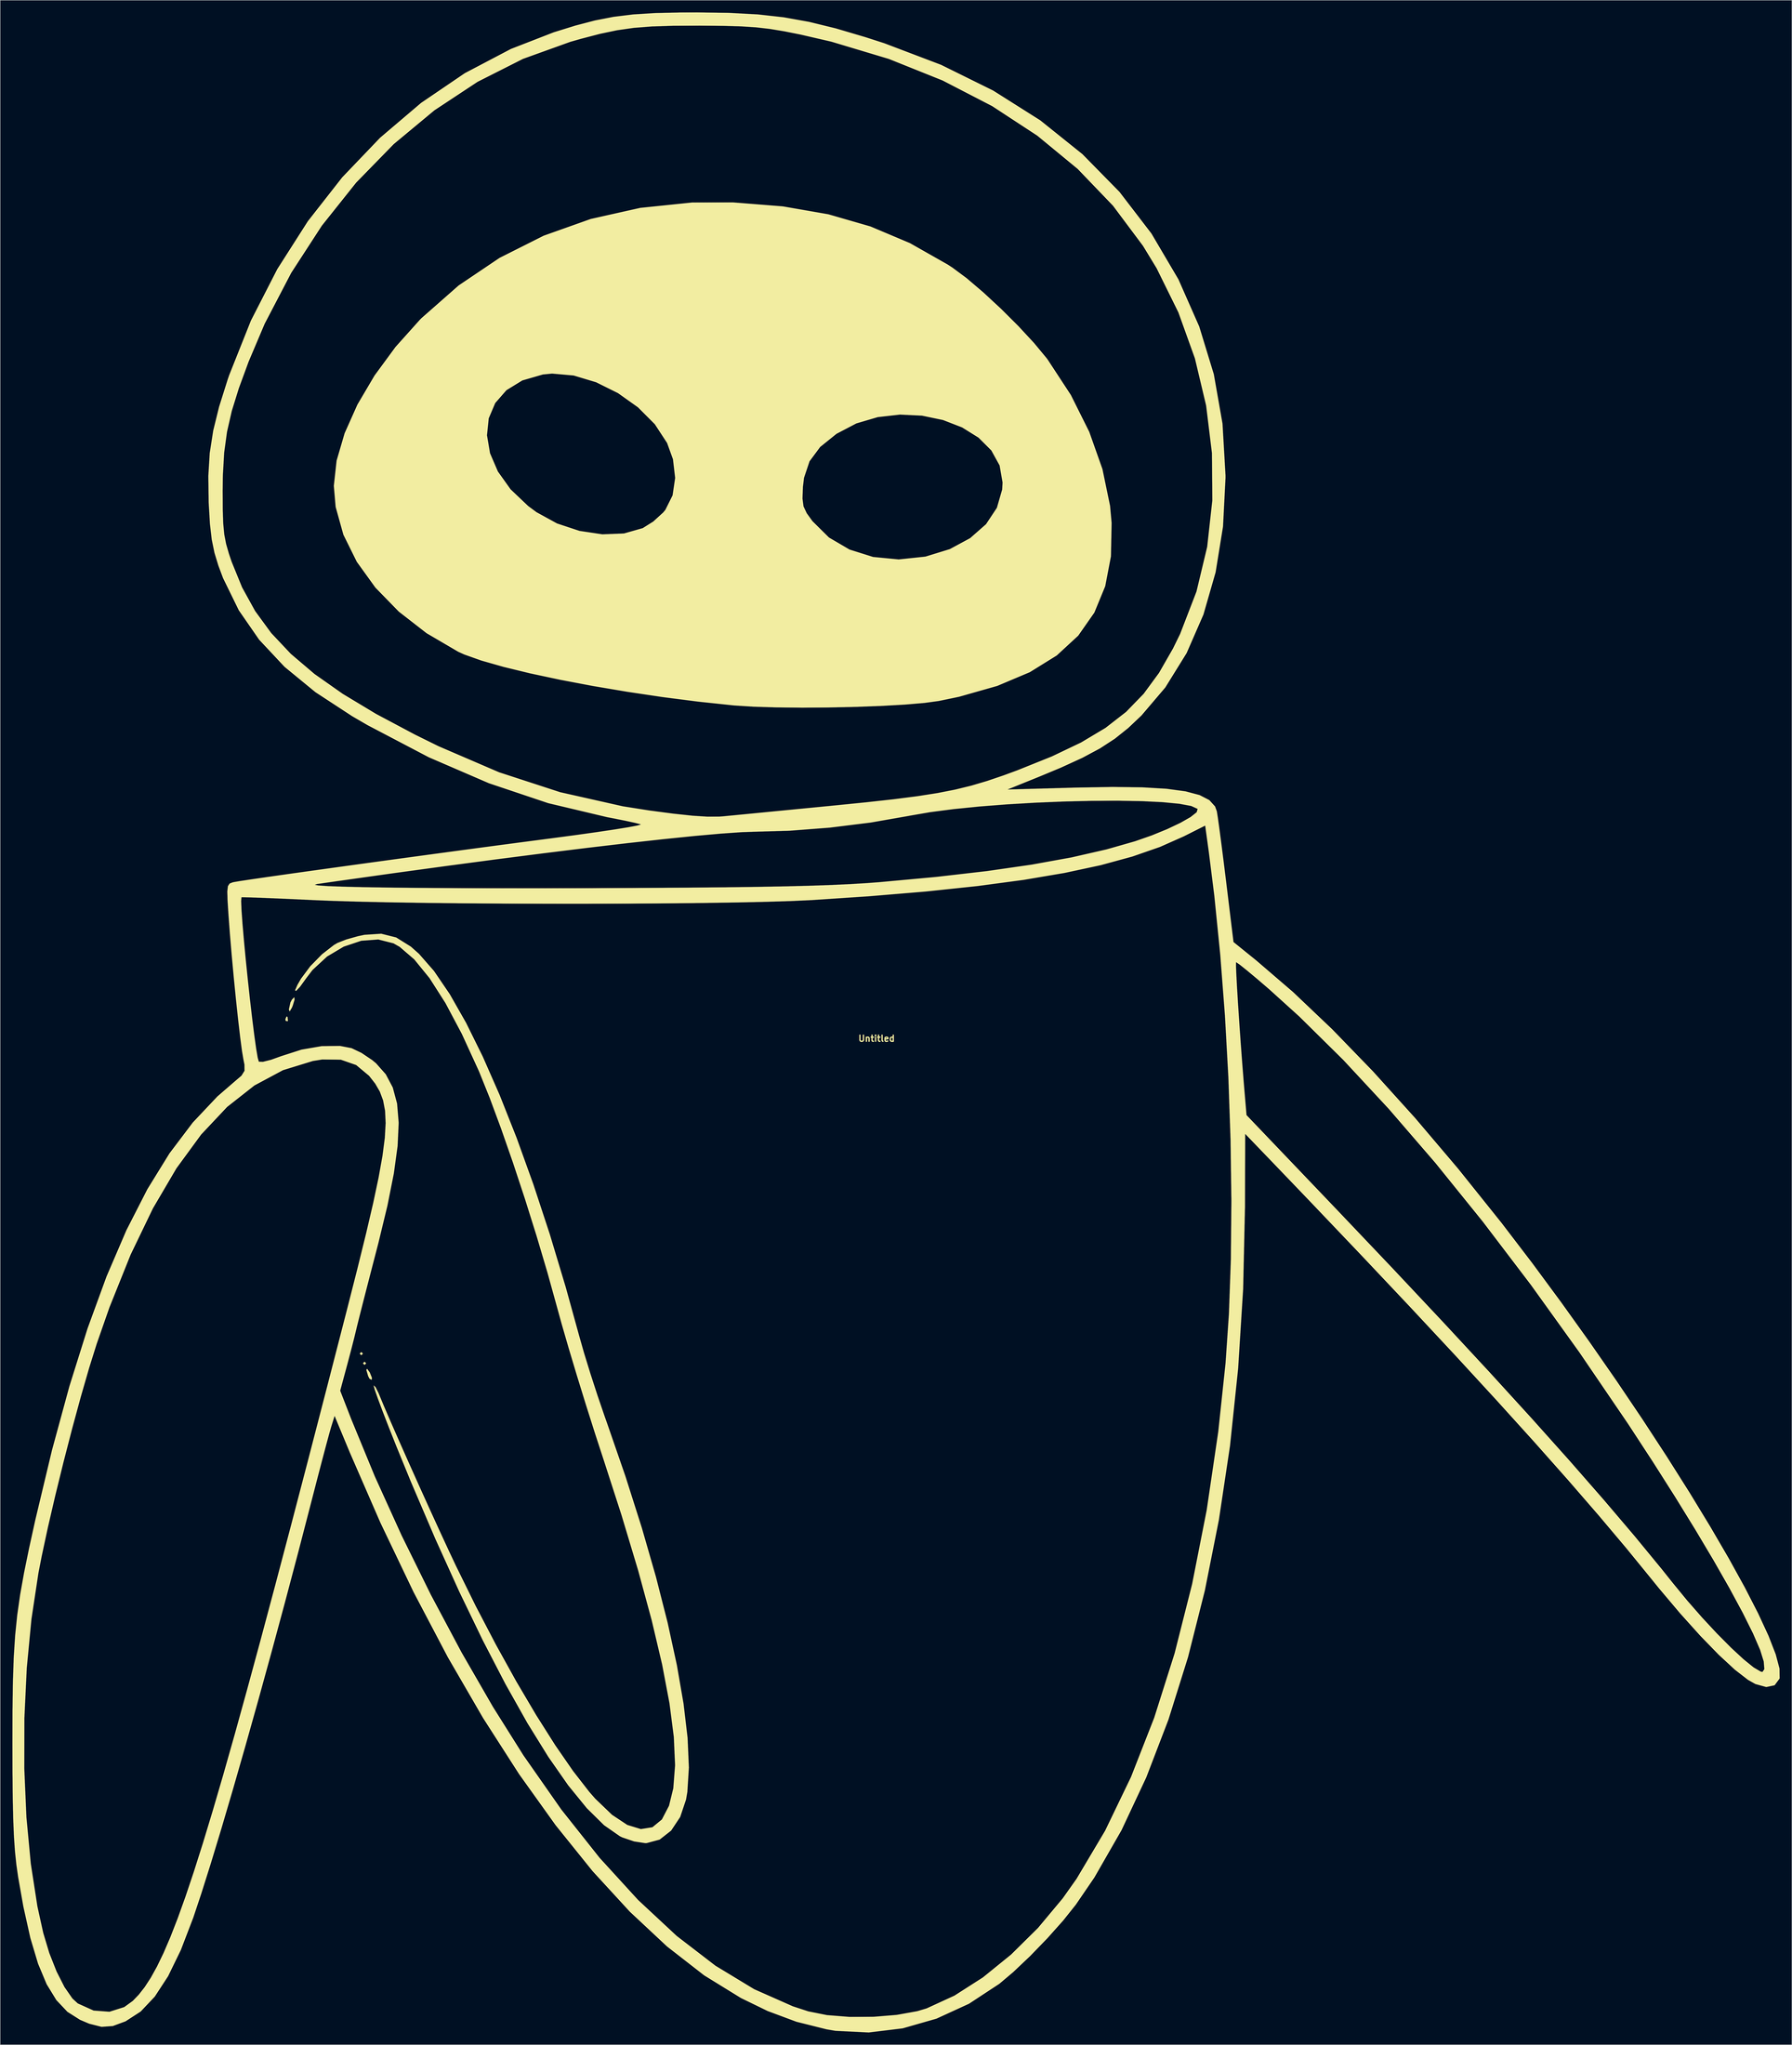
<source format=kicad_pcb>
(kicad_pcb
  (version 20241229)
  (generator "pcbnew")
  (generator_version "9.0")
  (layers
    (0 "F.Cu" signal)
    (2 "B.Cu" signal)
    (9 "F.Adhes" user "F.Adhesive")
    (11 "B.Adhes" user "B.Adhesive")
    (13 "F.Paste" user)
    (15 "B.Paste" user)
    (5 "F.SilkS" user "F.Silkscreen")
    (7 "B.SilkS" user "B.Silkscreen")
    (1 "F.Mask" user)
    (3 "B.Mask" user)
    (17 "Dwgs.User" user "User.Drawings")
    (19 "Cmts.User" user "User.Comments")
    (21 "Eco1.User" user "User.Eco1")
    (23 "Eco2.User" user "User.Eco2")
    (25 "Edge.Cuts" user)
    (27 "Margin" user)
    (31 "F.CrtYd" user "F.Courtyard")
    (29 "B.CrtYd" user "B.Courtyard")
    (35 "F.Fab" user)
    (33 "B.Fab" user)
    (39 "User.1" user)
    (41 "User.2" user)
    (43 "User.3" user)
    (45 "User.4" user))
  (footprint "Untitled"
    (layer "F.Cu")
    (at 212.324 252.002)
    (property "Reference" "Untitled" (at 0 0 0) (layer "F.SilkS") (effects (font (size 1.524 1.524) (thickness 0.3))))
    (attr through_hole)
    (fp_poly (pts (xy -126.206 77.391) (xy -126.603 77.787) (xy -127 77.391) (xy -126.603 76.994) (xy -126.206 77.391)) (stroke (width 0.01) (type solid)) (fill yes) (layer "F.SilkS"))
    (fp_poly (pts (xy -125.412 79.772) (xy -125.809 80.169) (xy -126.206 79.772) (xy -125.809 79.375) (xy -125.412 79.772)) (stroke (width 0.01) (type solid)) (fill yes) (layer "F.SilkS"))
    (fp_poly (pts (xy -144.727 -5.292) (xy -144.632 -4.35) (xy -144.727 -4.233) (xy -145.199 -4.342) (xy -145.256 -4.763) (xy -144.966 -5.416) (xy -144.727 -5.292)) (stroke (width 0.01) (type solid)) (fill yes) (layer "F.SilkS"))
    (fp_poly (pts (xy -124.522 82.014) (xy -123.996 83.329) (xy -124.051 83.834) (xy -124.592 83.551) (xy -124.918 82.916) (xy -125.367 81.409) (xy -125.183 81.108) (xy -124.522 82.014)) (stroke (width 0.01) (type solid)) (fill yes) (layer "F.SilkS"))
    (fp_poly (pts (xy -142.998 -9.571) (xy -143.443 -8.093) (xy -143.669 -7.541) (xy -144.21 -6.646) (xy -144.395 -7.144) (xy -144.02 -8.838) (xy -143.669 -9.525) (xy -143.074 -10.148) (xy -142.998 -9.571)) (stroke (width 0.01) (type solid)) (fill yes) (layer "F.SilkS"))
    (fp_poly (pts (xy -118.036 -24.811) (xy -114.439 -22.569) (xy -112.437 -20.797) (xy -108.75 -16.585) (xy -104.881 -10.906) (xy -100.872 -3.866) (xy -96.77 4.431) (xy -92.616 13.878) (xy -88.457 24.371) (xy -84.335 35.805) (xy -80.294 48.076) (xy -76.379 61.077) (xy -73.077 73.025) (xy -71.896 77.179) (xy -70.333 82.253) (xy -68.568 87.684) (xy -66.782 92.906) (xy -66.274 94.332) (xy -61.709 107.52) (xy -57.685 120.174) (xy -54.223 132.192) (xy -51.346 143.466) (xy -49.075 153.894) (xy -47.433 163.368) (xy -46.441 171.785) (xy -46.123 179.038) (xy -46.499 185.025) (xy -46.824 186.919) (xy -48.258 191.187) (xy -50.484 194.532) (xy -53.303 196.741) (xy -56.517 197.604) (xy -56.858 197.609) (xy -59.58 197.193) (xy -62.47 196.209) (xy -63.076 195.914) (xy -66.955 193.212) (xy -71.197 189.026) (xy -75.772 183.414) (xy -80.648 176.429) (xy -85.792 168.126) (xy -91.174 158.561) (xy -96.762 147.789) (xy -102.525 135.865) (xy -108.43 122.843) (xy -114.447 108.779) (xy -117.999 100.107) (xy -119.781 95.633) (xy -121.315 91.682) (xy -122.514 88.481) (xy -123.295 86.256) (xy -123.572 85.236) (xy -123.564 85.199) (xy -123.099 85.631) (xy -122.363 87.105) (xy -122.207 87.485) (xy -121.07 90.223) (xy -119.393 94.116) (xy -117.302 98.878) (xy -114.925 104.227) (xy -112.39 109.875) (xy -109.825 115.54) (xy -107.357 120.936) (xy -105.115 125.778) (xy -103.383 129.451) (xy -98.514 139.342) (xy -93.531 148.875) (xy -88.539 157.875) (xy -83.645 166.166) (xy -78.953 173.571) (xy -74.569 179.914) (xy -70.597 185.02) (xy -69.132 186.694) (xy -65.001 190.661) (xy -61.249 193.149) (xy -57.924 194.164) (xy -55.074 193.712) (xy -52.748 191.799) (xy -50.995 188.433) (xy -49.944 184.143) (xy -49.507 178.483) (xy -49.817 171.54) (xy -50.876 163.297) (xy -52.688 153.74) (xy -55.257 142.853) (xy -58.585 130.621) (xy -62.675 117.03) (xy -67.024 103.584) (xy -69.197 96.935) (xy -71.442 89.858) (xy -73.637 82.754) (xy -75.658 76.022) (xy -77.385 70.063) (xy -78.494 66.039) (xy -80.867 57.484) (xy -83.538 48.488) (xy -86.399 39.379) (xy -89.341 30.482) (xy -92.257 22.125) (xy -95.037 14.632) (xy -97.575 8.332) (xy -97.777 7.86) (xy -101.906 -1.141) (xy -105.932 -8.712) (xy -109.834 -14.819) (xy -113.59 -19.43) (xy -117.177 -22.513) (xy -118.696 -23.377) (xy -122.432 -24.321) (xy -126.616 -24.008) (xy -130.922 -22.568) (xy -135.023 -20.131) (xy -138.594 -16.827) (xy -140.08 -14.887) (xy -141.671 -12.694) (xy -142.638 -11.671) (xy -142.874 -11.834) (xy -142.275 -13.196) (xy -141.409 -14.697) (xy -139.136 -17.745) (xy -136.254 -20.685) (xy -133.334 -22.957) (xy -132.452 -23.469) (xy -130.306 -24.313) (xy -127.427 -25.123) (xy -125.839 -25.462) (xy -121.714 -25.733) (xy -118.036 -24.811)) (stroke (width 0.01) (type solid)) (fill yes) (layer "F.SilkS"))
    (fp_poly (pts (xy -23.042 -204.365) (xy -11.845 -202.416) (xy -1.509 -199.43) (xy 8.187 -195.34) (xy 17.463 -190.081) (xy 18.653 -189.306) (xy 22.118 -186.733) (xy 26.209 -183.253) (xy 30.573 -179.209) (xy 34.853 -174.942) (xy 38.697 -170.795) (xy 41.751 -167.11) (xy 42.036 -166.73) (xy 47.733 -158.034) (xy 52.248 -148.989) (xy 55.488 -139.836) (xy 57.359 -130.817) (xy 57.742 -126.603) (xy 57.572 -118.404) (xy 56.168 -111.08) (xy 53.501 -104.604) (xy 49.544 -98.946) (xy 44.268 -94.079) (xy 37.646 -89.972) (xy 29.649 -86.599) (xy 20.251 -83.929) (xy 15.287 -82.899) (xy 11.797 -82.421) (xy 7.039 -82.015) (xy 1.335 -81.69) (xy -4.997 -81.451) (xy -11.638 -81.305) (xy -18.267 -81.259) (xy -24.566 -81.32) (xy -30.215 -81.494) (xy -34.895 -81.789) (xy -35.322 -81.828) (xy -43.841 -82.733) (xy -52.551 -83.853) (xy -61.242 -85.149) (xy -69.705 -86.578) (xy -77.731 -88.1) (xy -85.112 -89.675) (xy -91.638 -91.262) (xy -97.1 -92.819) (xy -101.29 -94.307) (xy -102.791 -94.986) (xy -110.563 -99.538) (xy -117.38 -104.834) (xy -123.132 -110.73) (xy -127.709 -117.078) (xy -131.003 -123.734) (xy -132.904 -130.552) (xy -133.35 -135.731) (xy -132.668 -141.925) (xy -130.846 -148.146) (xy -95.727 -148.146) (xy -94.98 -143.734) (xy -93.048 -139.252) (xy -89.925 -134.871) (xy -85.602 -130.766) (xy -83.555 -129.253) (xy -78.518 -126.49) (xy -72.997 -124.66) (xy -67.384 -123.821) (xy -62.068 -124.032) (xy -57.455 -125.344) (xy -54.865 -126.966) (xy -52.44 -129.178) (xy -51.898 -129.828) (xy -50.505 -132.623) (xy -18.211 -132.623) (xy -17.961 -130.688) (xy -17.168 -129.004) (xy -15.758 -127.052) (xy -11.703 -123.038) (xy -6.651 -120.081) (xy -0.857 -118.259) (xy 5.424 -117.653) (xy 11.938 -118.341) (xy 12.066 -118.367) (xy 18.004 -120.196) (xy 22.992 -122.89) (xy 26.89 -126.314) (xy 29.557 -130.333) (xy 30.853 -134.811) (xy 30.956 -136.539) (xy 30.229 -140.735) (xy 28.188 -144.432) (xy 25.047 -147.566) (xy 21.019 -150.076) (xy 16.318 -151.899) (xy 11.155 -152.972) (xy 5.744 -153.232) (xy 0.298 -152.618) (xy -4.97 -151.067) (xy -9.847 -148.515) (xy -9.849 -148.514) (xy -13.869 -145.277) (xy -16.475 -141.763) (xy -17.839 -137.697) (xy -18.104 -135.474) (xy -18.211 -132.623) (xy -50.505 -132.623) (xy -50.118 -133.4) (xy -49.49 -137.678) (xy -50.026 -142.269) (xy -51.474 -146.264) (xy -54.493 -150.874) (xy -58.622 -155.014) (xy -63.537 -158.506) (xy -68.913 -161.171) (xy -74.424 -162.83) (xy -79.747 -163.304) (xy -81.991 -163.084) (xy -87.041 -161.623) (xy -90.948 -159.225) (xy -93.704 -156.064) (xy -95.299 -152.314) (xy -95.727 -148.146) (xy -130.846 -148.146) (xy -130.698 -148.65) (xy -127.553 -155.689) (xy -123.346 -162.827) (xy -118.189 -169.848) (xy -112.195 -176.535) (xy -111.822 -176.911) (xy -102.676 -184.951) (xy -92.635 -191.714) (xy -81.789 -197.166) (xy -70.233 -201.273) (xy -58.058 -204) (xy -45.356 -205.313) (xy -35.322 -205.341) (xy -23.042 -204.365)) (stroke (width 0.01) (type solid)) (fill yes) (layer "F.SilkS"))
    (fp_poly (pts (xy -36.095 -251.881) (xy -29.156 -251.504) (xy -22.794 -250.793) (xy -16.567 -249.674) (xy -10.033 -248.075) (xy -2.75 -245.923) (xy 1.868 -244.434) (xy 15.858 -239.12) (xy 28.645 -232.803) (xy 40.218 -225.491) (xy 50.564 -217.195) (xy 59.672 -207.925) (xy 67.528 -197.69) (xy 74.121 -186.499) (xy 74.187 -186.371) (xy 79.267 -174.858) (xy 82.85 -163.144) (xy 84.985 -151.017) (xy 85.724 -138.267) (xy 85.725 -137.716) (xy 85.112 -125.744) (xy 83.294 -114.517) (xy 80.303 -104.126) (xy 76.172 -94.661) (xy 70.933 -86.215) (xy 65.088 -79.347) (xy 61.84 -76.272) (xy 58.542 -73.635) (xy 54.887 -71.254) (xy 50.57 -68.945) (xy 45.286 -66.526) (xy 39.99 -64.321) (xy 32.147 -61.151) (xy 49.212 -61.627) (xy 57.993 -61.777) (xy 65.3 -61.684) (xy 71.232 -61.331) (xy 75.885 -60.702) (xy 79.359 -59.779) (xy 81.751 -58.546) (xy 83.158 -56.988) (xy 83.591 -55.791) (xy 83.826 -54.318) (xy 84.21 -51.561) (xy 84.706 -47.813) (xy 85.274 -43.365) (xy 85.86 -38.634) (xy 87.685 -23.69) (xy 93.254 -19.194) (xy 102.327 -11.404) (xy 111.932 -2.276) (xy 121.961 8.072) (xy 132.309 19.524) (xy 142.868 31.964) (xy 153.534 45.274) (xy 161.094 55.166) (xy 168.209 64.807) (xy 175.133 74.48) (xy 181.808 84.088) (xy 188.173 93.53) (xy 194.17 102.708) (xy 199.741 111.523) (xy 204.826 119.875) (xy 209.366 127.667) (xy 213.303 134.798) (xy 216.578 141.169) (xy 219.131 146.683) (xy 220.904 151.239) (xy 221.837 154.739) (xy 221.873 157.084) (xy 221.832 157.23) (xy 220.634 158.835) (xy 218.585 159.274) (xy 215.918 158.536) (xy 214.116 157.523) (xy 210.883 155.024) (xy 206.924 151.364) (xy 202.393 146.705) (xy 197.444 141.207) (xy 192.231 135.032) (xy 190.225 132.556) (xy 184.157 125.121) (xy 177.389 117.095) (xy 169.869 108.42) (xy 161.543 99.038) (xy 152.36 88.891) (xy 142.265 77.919) (xy 131.206 66.065) (xy 119.13 53.272) (xy 105.984 39.479) (xy 97.864 31.016) (xy 90.556 23.416) (xy 90.509 41.275) (xy 90.057 61.469) (xy 88.822 81.089) (xy 86.827 100.04) (xy 84.095 118.229) (xy 80.65 135.559) (xy 76.513 151.938) (xy 71.707 167.269) (xy 66.257 181.46) (xy 60.184 194.415) (xy 53.511 206.041) (xy 48.96 212.706) (xy 45.835 216.625) (xy 41.942 220.988) (xy 37.711 225.354) (xy 33.568 229.279) (xy 30.163 232.152) (xy 22.709 237.048) (xy 14.711 240.716) (xy 6.414 243.092) (xy -1.935 244.111) (xy -10.092 243.708) (xy -12.303 243.332) (xy -19.686 241.483) (xy -26.768 238.845) (xy -33.335 235.648) (xy -42.37 230.081) (xy -51.484 222.993) (xy -60.632 214.445) (xy -69.77 204.498) (xy -78.854 193.215) (xy -87.84 180.656) (xy -96.683 166.883) (xy -105.34 151.958) (xy -113.766 135.942) (xy -121.917 118.897) (xy -129.409 101.705) (xy -133.165 92.682) (xy -134.004 95.355) (xy -134.454 96.929) (xy -135.222 99.761) (xy -136.233 103.571) (xy -137.413 108.078) (xy -138.687 113.001) (xy -138.919 113.903) (xy -142.127 126.26) (xy -145.396 138.595) (xy -148.678 150.737) (xy -151.924 162.517) (xy -155.087 173.765) (xy -158.117 184.313) (xy -160.967 193.989) (xy -163.589 202.624) (xy -165.935 210.049) (xy -167.888 215.9) (xy -170.937 223.845) (xy -174.072 230.284) (xy -177.344 235.296) (xy -180.807 238.963) (xy -184.514 241.364) (xy -184.547 241.379) (xy -187.655 242.526) (xy -190.426 242.726) (xy -193.46 241.958) (xy -195.707 241.002) (xy -198.799 239.046) (xy -201.516 236.173) (xy -203.908 232.267) (xy -206.023 227.213) (xy -207.913 220.897) (xy -209.627 213.203) (xy -210.911 205.944) (xy -211.345 202.914) (xy -211.686 199.685) (xy -211.941 196.024) (xy -212.122 191.694) (xy -212.239 186.462) (xy -212.301 180.092) (xy -212.303 179.236) (xy -209.411 179.236) (xy -208.885 191.273) (xy -207.809 202.685) (xy -206.189 213.148) (xy -204.754 219.657) (xy -203.272 224.593) (xy -201.48 229.134) (xy -199.532 232.966) (xy -197.582 235.775) (xy -196.264 236.985) (xy -192.38 238.736) (xy -188.486 239.03) (xy -184.85 237.881) (xy -182.745 236.358) (xy -181.285 234.842) (xy -179.818 232.968) (xy -178.325 230.676) (xy -176.787 227.902) (xy -175.184 224.584) (xy -173.498 220.66) (xy -171.708 216.067) (xy -169.796 210.743) (xy -167.742 204.626) (xy -165.527 197.653) (xy -163.132 189.762) (xy -160.537 180.891) (xy -157.722 170.978) (xy -154.67 159.959) (xy -151.359 147.774) (xy -147.772 134.358) (xy -143.888 119.651) (xy -139.688 103.59) (xy -135.153 86.112) (xy -130.264 67.155) (xy -130.141 66.675) (xy -127.567 56.569) (xy -125.418 47.861) (xy -123.681 40.421) (xy -122.345 34.12) (xy -121.397 28.83) (xy -120.825 24.421) (xy -120.618 20.764) (xy -120.762 17.731) (xy -121.246 15.192) (xy -122.058 13.019) (xy -123.186 11.082) (xy -124.616 9.253) (xy -124.725 9.129) (xy -127.867 6.511) (xy -131.637 5.2) (xy -136.204 5.152) (xy -138.509 5.519) (xy -145.852 7.777) (xy -152.869 11.534) (xy -159.566 16.798) (xy -165.95 23.578) (xy -172.028 31.882) (xy -177.805 41.719) (xy -183.288 53.097) (xy -188.483 66.024) (xy -191.626 75.009) (xy -193.472 80.895) (xy -195.511 87.952) (xy -197.644 95.791) (xy -199.773 104.022) (xy -201.798 112.255) (xy -203.619 120.102) (xy -205.139 127.174) (xy -205.939 131.285) (xy -207.652 142.598) (xy -208.799 154.575) (xy -209.384 166.896) (xy -209.411 179.236) (xy -212.303 179.236) (xy -212.319 173.037) (xy -212.295 164.844) (xy -212.197 157.92) (xy -211.993 151.948) (xy -211.649 146.609) (xy -211.134 141.586) (xy -210.415 136.561) (xy -209.459 131.217) (xy -208.234 125.236) (xy -206.707 118.299) (xy -206.7 118.269) (xy -202.589 101.074) (xy -198.318 85.409) (xy -193.863 71.222) (xy -189.201 58.461) (xy -184.307 47.073) (xy -179.159 37.008) (xy -173.732 28.213) (xy -168.004 20.636) (xy -161.951 14.225) (xy -157.801 10.635) (xy -156.036 9.126) (xy -155.291 7.926) (xy -155.31 6.402) (xy -155.563 5.145) (xy -155.914 3.067) (xy -156.358 -0.294) (xy -156.865 -4.637) (xy -157.403 -9.664) (xy -157.942 -15.074) (xy -158.449 -20.567) (xy -158.895 -25.844) (xy -159.229 -30.319) (xy -159.449 -33.728) (xy -156.128 -33.728) (xy -156.034 -31.459) (xy -155.796 -28.141) (xy -155.442 -24.034) (xy -155.001 -19.402) (xy -154.499 -14.507) (xy -153.965 -9.61) (xy -153.426 -4.976) (xy -152.911 -0.865) (xy -152.446 2.46) (xy -152.059 4.736) (xy -151.779 5.701) (xy -151.779 5.701) (xy -150.788 5.735) (xy -148.787 5.235) (xy -146.294 4.34) (xy -141.29 2.732) (xy -136.323 1.876) (xy -131.852 1.824) (xy -128.999 2.376) (xy -126.559 3.538) (xy -123.925 5.307) (xy -122.975 6.099) (xy -120.595 8.786) (xy -118.878 12.033) (xy -117.821 15.964) (xy -117.424 20.705) (xy -117.687 26.381) (xy -118.608 33.117) (xy -120.186 41.036) (xy -122.42 50.265) (xy -122.662 51.197) (xy -124.014 56.397) (xy -125.264 61.233) (xy -126.344 65.441) (xy -127.185 68.758) (xy -127.722 70.919) (xy -127.845 71.438) (xy -128.361 73.569) (xy -129.141 76.614) (xy -130.026 79.959) (xy -130.133 80.356) (xy -131.794 86.497) (xy -129.09 93.453) (xy -123.285 107.549) (xy -116.695 122.064) (xy -109.527 136.6) (xy -101.984 150.755) (xy -94.272 164.13) (xy -86.777 176.052) (xy -77.456 189.374) (xy -68.058 201.22) (xy -58.601 211.571) (xy -49.105 220.412) (xy -39.589 227.724) (xy -30.072 233.491) (xy -20.573 237.694) (xy -16.791 238.932) (xy -12.206 239.849) (xy -6.696 240.29) (xy -0.799 240.267) (xy 4.944 239.796) (xy 9.994 238.889) (xy 12.295 238.203) (xy 19.13 235.065) (xy 26.125 230.59) (xy 33.046 224.982) (xy 39.659 218.443) (xy 45.731 211.174) (xy 49.13 206.375) (xy 56.149 194.562) (xy 62.516 181.355) (xy 68.213 166.815) (xy 73.223 151.005) (xy 77.528 133.984) (xy 81.109 115.815) (xy 83.951 96.559) (xy 85.736 79.772) (xy 86.57 67.61) (xy 87.047 54.209) (xy 87.177 39.876) (xy 86.971 24.918) (xy 86.438 9.639) (xy 85.589 -5.652) (xy 84.645 -17.904) (xy 88.297 -17.904) (xy 88.38 -15.748) (xy 88.554 -12.523) (xy 88.801 -8.486) (xy 89.106 -3.894) (xy 89.45 0.995) (xy 89.817 5.925) (xy 90.192 10.639) (xy 90.337 12.381) (xy 90.884 18.809) (xy 113.182 42.147) (xy 126.748 56.416) (xy 139.194 69.657) (xy 150.566 81.918) (xy 160.908 93.25) (xy 170.266 103.703) (xy 178.683 113.326) (xy 186.206 122.17) (xy 192.879 130.283) (xy 195.645 133.747) (xy 199.173 138.046) (xy 202.851 142.244) (xy 206.499 146.162) (xy 209.938 149.622) (xy 212.99 152.448) (xy 215.475 154.46) (xy 217.214 155.483) (xy 217.65 155.575) (xy 218.119 154.885) (xy 217.973 153.007) (xy 217.97 152.995) (xy 217.081 150.144) (xy 215.337 146.119) (xy 212.807 141.039) (xy 209.558 135.023) (xy 205.659 128.19) (xy 201.176 120.658) (xy 196.178 112.546) (xy 190.732 103.972) (xy 184.907 95.055) (xy 184.51 94.456) (xy 172.656 77.055) (xy 160.787 60.545) (xy 148.977 45.02) (xy 137.304 30.571) (xy 125.843 17.291) (xy 114.67 5.269) (xy 103.861 -5.4) (xy 96.463 -12.092) (xy 93.523 -14.614) (xy 91.042 -16.684) (xy 89.248 -18.118) (xy 88.368 -18.729) (xy 88.32 -18.734) (xy 88.297 -17.904) (xy 84.645 -17.904) (xy 84.434 -20.65) (xy 82.982 -35.049) (xy 81.632 -45.792) (xy 80.735 -52.293) (xy 75.491 -49.656) (xy 69.626 -47.052) (xy 62.843 -44.695) (xy 55.059 -42.571) (xy 46.189 -40.665) (xy 36.15 -38.964) (xy 24.858 -37.452) (xy 12.228 -36.116) (xy -1.824 -34.941) (xy -15.875 -34.002) (xy -20.711 -33.773) (xy -26.927 -33.578) (xy -34.318 -33.416) (xy -42.677 -33.286) (xy -51.797 -33.19) (xy -61.472 -33.127) (xy -71.496 -33.097) (xy -81.662 -33.1) (xy -91.764 -33.137) (xy -101.595 -33.206) (xy -110.949 -33.309) (xy -119.619 -33.445) (xy -127.4 -33.615) (xy -134.084 -33.818) (xy -138.09 -33.984) (xy -143.225 -34.223) (xy -147.793 -34.423) (xy -151.568 -34.574) (xy -154.323 -34.669) (xy -155.834 -34.697) (xy -156.052 -34.683) (xy -156.128 -33.728) (xy -159.449 -33.728) (xy -159.457 -33.856) (xy -159.523 -36.117) (xy -159.374 -37.413) (xy -159.151 -37.756) (xy -138.058 -37.756) (xy -137.147 -37.581) (xy -134.793 -37.423) (xy -131.069 -37.284) (xy -126.046 -37.164) (xy -119.797 -37.065) (xy -112.395 -36.988) (xy -103.912 -36.933) (xy -94.42 -36.903) (xy -83.991 -36.897) (xy -72.698 -36.918) (xy -69.056 -36.929) (xy -57.072 -36.981) (xy -46.542 -37.048) (xy -37.331 -37.132) (xy -29.305 -37.238) (xy -22.33 -37.366) (xy -16.273 -37.521) (xy -10.999 -37.705) (xy -6.374 -37.921) (xy -2.264 -38.172) (xy 0.794 -38.404) (xy 14.674 -39.684) (xy 27.08 -41.112) (xy 38.117 -42.703) (xy 47.894 -44.475) (xy 56.517 -46.446) (xy 63.511 -48.444) (xy 67.59 -49.867) (xy 71.384 -51.416) (xy 74.652 -52.965) (xy 77.152 -54.391) (xy 78.642 -55.568) (xy 78.882 -56.37) (xy 78.855 -56.4) (xy 77.315 -57.104) (xy 74.395 -57.651) (xy 70.295 -58.047) (xy 65.213 -58.296) (xy 59.349 -58.403) (xy 52.903 -58.374) (xy 46.073 -58.212) (xy 39.059 -57.923) (xy 32.06 -57.511) (xy 25.276 -56.982) (xy 18.906 -56.34) (xy 13.149 -55.59) (xy 8.204 -54.736) (xy 7.938 -54.682) (xy -1.459 -53.038) (xy -11.513 -51.792) (xy -21.484 -51.023) (xy -29.462 -50.8) (xy -33.119 -50.679) (xy -38.236 -50.323) (xy -44.707 -49.746) (xy -52.422 -48.96) (xy -61.275 -47.978) (xy -71.157 -46.814) (xy -81.962 -45.479) (xy -93.581 -43.987) (xy -105.907 -42.35) (xy -118.832 -40.582) (xy -132.248 -38.694) (xy -137.454 -37.948) (xy -138.058 -37.756) (xy -159.151 -37.756) (xy -158.959 -38.052) (xy -158.224 -38.342) (xy -157.864 -38.423) (xy -156.477 -38.658) (xy -153.693 -39.079) (xy -149.688 -39.661) (xy -144.637 -40.38) (xy -138.717 -41.211) (xy -132.104 -42.13) (xy -124.973 -43.113) (xy -117.502 -44.135) (xy -109.865 -45.173) (xy -102.24 -46.203) (xy -94.802 -47.199) (xy -87.728 -48.137) (xy -81.192 -48.995) (xy -79.772 -49.179) (xy -74.003 -49.947) (xy -68.843 -50.67) (xy -64.473 -51.321) (xy -61.075 -51.871) (xy -58.831 -52.292) (xy -57.923 -52.554) (xy -57.944 -52.6) (xy -59.225 -52.935) (xy -61.639 -53.461) (xy -64.759 -54.088) (xy -66.243 -54.372) (xy -80.672 -57.799) (xy -95.24 -62.688) (xy -110.014 -69.066) (xy -125.06 -76.958) (xy -128.831 -79.147) (xy -137.881 -85.064) (xy -145.467 -91.287) (xy -151.701 -97.944) (xy -156.696 -105.161) (xy -160.566 -113.066) (xy -161.715 -116.134) (xy -162.677 -119.285) (xy -163.342 -122.522) (xy -163.783 -126.326) (xy -164.074 -131.18) (xy -164.101 -131.821) (xy -164.138 -134.541) (xy -160.67 -134.541) (xy -160.647 -129.932) (xy -160.534 -126.493) (xy -160.279 -123.811) (xy -159.828 -121.467) (xy -159.13 -119.046) (xy -158.466 -117.086) (xy -155.892 -110.782) (xy -152.691 -104.983) (xy -148.74 -99.578) (xy -143.916 -94.459) (xy -138.096 -89.515) (xy -131.158 -84.637) (xy -122.978 -79.715) (xy -113.433 -74.64) (xy -107.632 -71.78) (xy -92.752 -65.379) (xy -77.741 -60.486) (xy -62.352 -57.024) (xy -55.959 -56.013) (xy -49.93 -55.218) (xy -45.206 -54.713) (xy -41.539 -54.478) (xy -38.678 -54.494) (xy -37.703 -54.566) (xy -36.336 -54.698) (xy -33.604 -54.963) (xy -29.722 -55.341) (xy -24.903 -55.81) (xy -19.364 -56.349) (xy -13.318 -56.938) (xy -10.716 -57.192) (xy -2.535 -58.014) (xy 4.308 -58.771) (xy 10.062 -59.51) (xy 14.972 -60.279) (xy 19.286 -61.125) (xy 23.25 -62.094) (xy 27.111 -63.234) (xy 31.116 -64.592) (xy 34.518 -65.841) (xy 43.063 -69.272) (xy 50.238 -72.696) (xy 56.251 -76.286) (xy 61.308 -80.216) (xy 65.618 -84.657) (xy 69.387 -89.786) (xy 72.822 -95.773) (xy 74.573 -99.343) (xy 78.595 -109.763) (xy 81.229 -120.754) (xy 82.491 -132.145) (xy 82.399 -143.768) (xy 80.968 -155.452) (xy 78.214 -167.026) (xy 74.154 -178.321) (xy 68.804 -189.167) (xy 65.456 -194.667) (xy 58.085 -204.529) (xy 49.403 -213.566) (xy 39.484 -221.733) (xy 28.4 -228.987) (xy 16.222 -235.282) (xy 3.025 -240.573) (xy -11.121 -244.817) (xy -18.653 -246.558) (xy -22.718 -247.368) (xy -26.244 -247.951) (xy -29.654 -248.344) (xy -33.368 -248.584) (xy -37.809 -248.708) (xy -43.398 -248.754) (xy -43.656 -248.754) (xy -50.023 -248.724) (xy -55.22 -248.561) (xy -59.663 -248.212) (xy -63.766 -247.625) (xy -67.944 -246.749) (xy -72.615 -245.53) (xy -75.263 -244.776) (xy -86.883 -240.594) (xy -98.042 -234.957) (xy -108.652 -227.953) (xy -118.624 -219.672) (xy -127.868 -210.202) (xy -136.296 -199.632) (xy -143.817 -188.05) (xy -150.344 -175.545) (xy -154.298 -166.223) (xy -156.694 -159.705) (xy -158.43 -154.12) (xy -159.601 -149.005) (xy -160.3 -143.895) (xy -160.62 -138.325) (xy -160.67 -134.541) (xy -164.138 -134.541) (xy -164.187 -138.11) (xy -163.841 -143.77) (xy -162.985 -149.289) (xy -161.539 -155.156) (xy -159.425 -161.859) (xy -159.068 -162.899) (xy -153.718 -176.318) (xy -147.244 -188.955) (xy -139.736 -200.715) (xy -131.284 -211.503) (xy -121.978 -221.224) (xy -111.908 -229.782) (xy -101.165 -237.083) (xy -89.839 -243.032) (xy -79.333 -247.113) (xy -73.972 -248.775) (xy -69.19 -250.025) (xy -64.599 -250.917) (xy -59.806 -251.504) (xy -54.422 -251.842) (xy -48.057 -251.983) (xy -44.053 -251.997) (xy -36.095 -251.881)) (stroke (width 0.01) (type solid)) (fill yes) (layer "F.SilkS")))
  (gr_rect
    (start -3 -3)
    (end 437.202 499.117)
    (stroke (width 0.1) (type default))
    (fill no)
    (layer "Edge.Cuts")))
</source>
